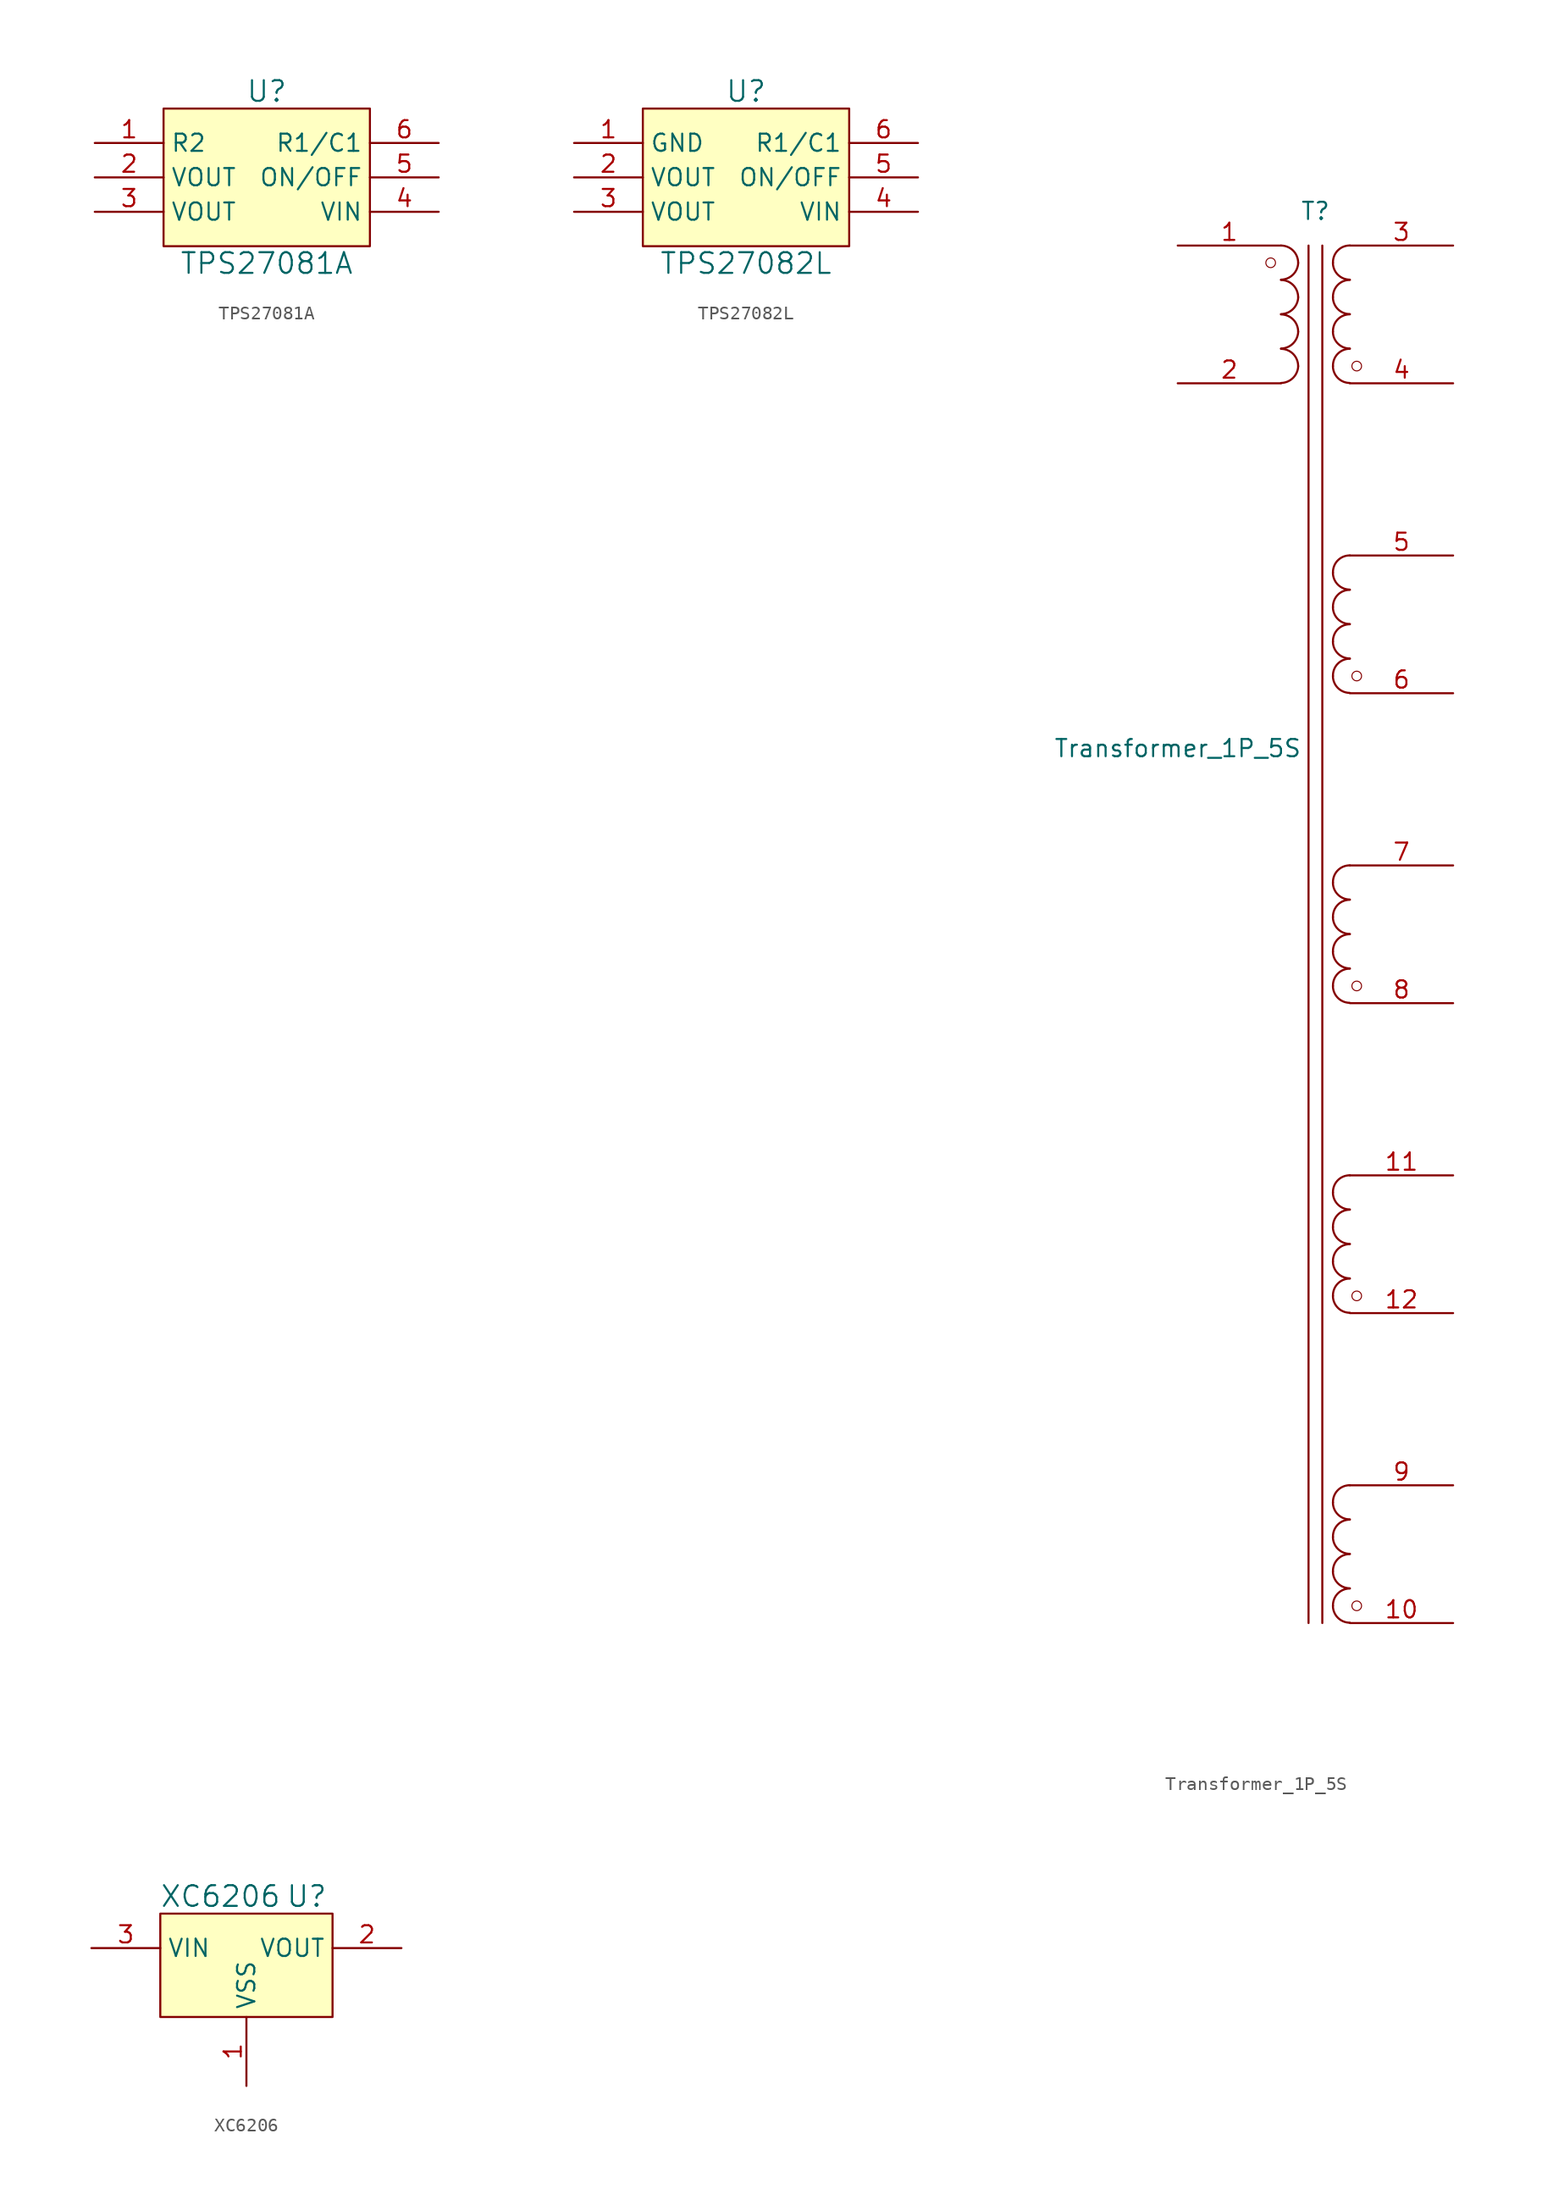
<source format=kicad_sym>
(kicad_symbol_lib
  (version 20231120)
  (generator "kicad_symbol_editor")
  (generator_version "8.0")
  (symbol "TPS27081A"
    (property "Reference" "U"
      (at 0 6.35 0)
      (effects (font (size 1.524 1.524))))
    (property "Value" "TPS27081A"
      (at 0 -6.35 0)
      (effects (font (size 1.524 1.524))))
    (property "Footprint" ""
      (at 0 0 0)
      (effects (font (size 1.524 1.524))))
    (property "Datasheet" ""
      (at 0 0 0)
      (effects (font (size 1.524 1.524))))
    (symbol "TPS27081A_0_1"
      (rectangle (start -7.62 5.08) (end 7.62 -5.08) (stroke (width 0) (type default)) (fill (type background))))
    (symbol "TPS27081A_1_1"
      (pin input line (at -12.7 2.54 0) (length 5.08) (name "R2" (effects (font (size 1.27 1.27)))) (number "1" (effects (font (size 1.27 1.27)))))
      (pin output line (at -12.7 0 0) (length 5.08) (name "VOUT" (effects (font (size 1.27 1.27)))) (number "2" (effects (font (size 1.27 1.27)))))
      (pin bidirectional line (at -12.7 -2.54 0) (length 5.08) (name "VOUT" (effects (font (size 1.27 1.27)))) (number "3" (effects (font (size 1.27 1.27)))))
      (pin input line (at 12.7 -2.54 180) (length 5.08) (name "VIN" (effects (font (size 1.27 1.27)))) (number "4" (effects (font (size 1.27 1.27)))))
      (pin input line (at 12.7 0 180) (length 5.08) (name "ON/OFF" (effects (font (size 1.27 1.27)))) (number "5" (effects (font (size 1.27 1.27)))))
      (pin input line (at 12.7 2.54 180) (length 5.08) (name "R1/C1" (effects (font (size 1.27 1.27)))) (number "6" (effects (font (size 1.27 1.27)))))))
  (symbol "TPS27082L"
    (property "Reference" "U"
      (at 0 6.35 0)
      (effects (font (size 1.524 1.524))))
    (property "Value" "TPS27082L"
      (at 0 -6.35 0)
      (effects (font (size 1.524 1.524))))
    (property "Footprint" ""
      (at 0 0 0)
      (effects (font (size 1.524 1.524))))
    (property "Datasheet" ""
      (at 0 0 0)
      (effects (font (size 1.524 1.524))))
    (symbol "TPS27082L_0_1"
      (rectangle (start -7.62 5.08) (end 7.62 -5.08) (stroke (width 0) (type default)) (fill (type background))))
    (symbol "TPS27082L_1_1"
      (pin power_in line (at -12.7 2.54 0) (length 5.08) (name "GND" (effects (font (size 1.27 1.27)))) (number "1" (effects (font (size 1.27 1.27)))))
      (pin output line (at -12.7 0 0) (length 5.08) (name "VOUT" (effects (font (size 1.27 1.27)))) (number "2" (effects (font (size 1.27 1.27)))))
      (pin output line (at -12.7 -2.54 0) (length 5.08) (name "VOUT" (effects (font (size 1.27 1.27)))) (number "3" (effects (font (size 1.27 1.27)))))
      (pin input line (at 12.7 -2.54 180) (length 5.08) (name "VIN" (effects (font (size 1.27 1.27)))) (number "4" (effects (font (size 1.27 1.27)))))
      (pin input line (at 12.7 0 180) (length 5.08) (name "ON/OFF" (effects (font (size 1.27 1.27)))) (number "5" (effects (font (size 1.27 1.27)))))
      (pin input line (at 12.7 2.54 180) (length 5.08) (name "R1/C1" (effects (font (size 1.27 1.27)))) (number "6" (effects (font (size 1.27 1.27)))))))
  (symbol "Transformer_1P_5S"
    (pin_names hide)
    (property "Reference" "T"
      (at 0 12.7 0)
      (effects (font (size 1.27 1.27))))
    (property "Value" "Transformer_1P_5S"
      (at -10.16 -26.924 0)
      (effects (font (size 1.27 1.27))))
    (symbol "Transformer_1P_5S_0_1"
      (circle (center -3.302 8.89) (radius 0.356) (stroke (width 0.076) (type default)) (fill (type none)))
      (arc (start -2.54 0.0254) (mid -1.6561 0.3937) (end -1.27 1.27) (stroke (width 0) (type default)) (fill (type none)))
      (arc (start -2.54 2.5654) (mid -1.6561 2.9337) (end -1.27 3.81) (stroke (width 0) (type default)) (fill (type none)))
      (arc (start -2.54 5.1054) (mid -1.6561 5.4737) (end -1.27 6.35) (stroke (width 0) (type default)) (fill (type none)))
      (arc (start -2.54 7.6454) (mid -1.6561 8.0137) (end -1.27 8.89) (stroke (width 0) (type default)) (fill (type none)))
      (arc (start -1.27 1.27) (mid -1.642 2.168) (end -2.54 2.54) (stroke (width 0) (type default)) (fill (type none)))
      (arc (start -1.27 3.81) (mid -1.642 4.708) (end -2.54 5.08) (stroke (width 0) (type default)) (fill (type none)))
      (arc (start -1.27 6.35) (mid -1.642 7.248) (end -2.54 7.62) (stroke (width 0) (type default)) (fill (type none)))
      (arc (start -1.27 8.89) (mid -1.642 9.788) (end -2.54 10.16) (stroke (width 0) (type default)) (fill (type none)))
      (polyline (pts (xy -0.508 -91.44) (xy -0.508 10.16)) (stroke (width 0) (type default)) (fill (type none)))
      (polyline (pts (xy 0.508 10.16) (xy 0.508 -91.44)) (stroke (width 0) (type default)) (fill (type none)))
      (arc (start 1.2954 -19.05) (mid 1.6599 -19.9301) (end 2.54 -20.2946) (stroke (width 0) (type default)) (fill (type none)))
      (arc (start 1.2954 -16.51) (mid 1.6599 -17.3901) (end 2.54 -17.7546) (stroke (width 0) (type default)) (fill (type none)))
      (arc (start 1.2954 -13.97) (mid 1.6599 -14.8501) (end 2.54 -15.2146) (stroke (width 0) (type default)) (fill (type none)))
      (arc (start 1.2954 3.81) (mid 1.6599 2.9299) (end 2.54 2.5654) (stroke (width 0) (type default)) (fill (type none)))
      (arc (start 1.2954 6.35) (mid 1.6599 5.4699) (end 2.54 5.1054) (stroke (width 0) (type default)) (fill (type none)))
      (arc (start 1.2954 8.89) (mid 1.6599 8.0099) (end 2.54 7.6454) (stroke (width 0) (type default)) (fill (type none)))
      (arc (start 2.54 -17.78) (mid 1.6456 -18.1483) (end 1.2954 -19.05) (stroke (width 0) (type default)) (fill (type none)))
      (arc (start 2.54 -15.24) (mid 1.6456 -15.6083) (end 1.2954 -16.51) (stroke (width 0) (type default)) (fill (type none)))
      (arc (start 2.54 -12.7) (mid 1.6456 -13.0683) (end 1.2954 -13.97) (stroke (width 0) (type default)) (fill (type none)))
      (arc (start 2.54 5.08) (mid 1.6456 4.7117) (end 1.2954 3.81) (stroke (width 0) (type default)) (fill (type none)))
      (arc (start 2.54 7.62) (mid 1.6456 7.2517) (end 1.2954 6.35) (stroke (width 0) (type default)) (fill (type none)))
      (arc (start 2.54 10.16) (mid 1.6456 9.7917) (end 1.2954 8.89) (stroke (width 0) (type default)) (fill (type none)))
      (circle (center 3.048 -90.17) (radius 0.356) (stroke (width 0.076) (type default)) (fill (type none)))
      (circle (center 3.048 -67.31) (radius 0.356) (stroke (width 0.076) (type default)) (fill (type none)))
      (circle (center 3.048 -44.45) (radius 0.356) (stroke (width 0.076) (type default)) (fill (type none)))
      (circle (center 3.048 -21.59) (radius 0.356) (stroke (width 0.076) (type default)) (fill (type none)))
      (circle (center 3.048 1.27) (radius 0.356) (stroke (width 0.076) (type default)) (fill (type none))))
    (symbol "Transformer_1P_5S_1_1"
      (arc (start 1.2954 -90.17) (mid 1.6599 -91.0501) (end 2.54 -91.4146) (stroke (width 0) (type default)) (fill (type none)))
      (arc (start 1.2954 -87.63) (mid 1.6599 -88.5101) (end 2.54 -88.8746) (stroke (width 0) (type default)) (fill (type none)))
      (arc (start 1.2954 -85.09) (mid 1.6599 -85.9701) (end 2.54 -86.3346) (stroke (width 0) (type default)) (fill (type none)))
      (arc (start 1.2954 -82.55) (mid 1.6599 -83.4301) (end 2.54 -83.7946) (stroke (width 0) (type default)) (fill (type none)))
      (arc (start 1.2954 -67.31) (mid 1.6599 -68.1901) (end 2.54 -68.5546) (stroke (width 0) (type default)) (fill (type none)))
      (arc (start 1.2954 -64.77) (mid 1.6599 -65.6501) (end 2.54 -66.0146) (stroke (width 0) (type default)) (fill (type none)))
      (arc (start 1.2954 -62.23) (mid 1.6599 -63.1101) (end 2.54 -63.4746) (stroke (width 0) (type default)) (fill (type none)))
      (arc (start 1.2954 -59.69) (mid 1.6599 -60.5701) (end 2.54 -60.9346) (stroke (width 0) (type default)) (fill (type none)))
      (arc (start 1.2954 -44.45) (mid 1.6599 -45.3301) (end 2.54 -45.6946) (stroke (width 0) (type default)) (fill (type none)))
      (arc (start 1.2954 -41.91) (mid 1.6599 -42.7901) (end 2.54 -43.1546) (stroke (width 0) (type default)) (fill (type none)))
      (arc (start 1.2954 -39.37) (mid 1.6599 -40.2501) (end 2.54 -40.6146) (stroke (width 0) (type default)) (fill (type none)))
      (arc (start 1.2954 -36.83) (mid 1.6599 -37.7101) (end 2.54 -38.0746) (stroke (width 0) (type default)) (fill (type none)))
      (arc (start 1.2954 -21.59) (mid 1.6599 -22.4701) (end 2.54 -22.8346) (stroke (width 0) (type default)) (fill (type none)))
      (arc (start 1.2954 1.27) (mid 1.6599 0.3899) (end 2.54 0.0254) (stroke (width 0) (type default)) (fill (type none)))
      (arc (start 2.54 -88.9) (mid 1.6456 -89.2683) (end 1.2954 -90.17) (stroke (width 0) (type default)) (fill (type none)))
      (arc (start 2.54 -86.36) (mid 1.6456 -86.7283) (end 1.2954 -87.63) (stroke (width 0) (type default)) (fill (type none)))
      (arc (start 2.54 -83.82) (mid 1.6456 -84.1883) (end 1.2954 -85.09) (stroke (width 0) (type default)) (fill (type none)))
      (arc (start 2.54 -81.28) (mid 1.6456 -81.6483) (end 1.2954 -82.55) (stroke (width 0) (type default)) (fill (type none)))
      (arc (start 2.54 -66.04) (mid 1.6456 -66.4083) (end 1.2954 -67.31) (stroke (width 0) (type default)) (fill (type none)))
      (arc (start 2.54 -63.5) (mid 1.6456 -63.8683) (end 1.2954 -64.77) (stroke (width 0) (type default)) (fill (type none)))
      (arc (start 2.54 -60.96) (mid 1.6456 -61.3283) (end 1.2954 -62.23) (stroke (width 0) (type default)) (fill (type none)))
      (arc (start 2.54 -58.42) (mid 1.6456 -58.7883) (end 1.2954 -59.69) (stroke (width 0) (type default)) (fill (type none)))
      (arc (start 2.54 -43.18) (mid 1.6456 -43.5483) (end 1.2954 -44.45) (stroke (width 0) (type default)) (fill (type none)))
      (arc (start 2.54 -40.64) (mid 1.6456 -41.0083) (end 1.2954 -41.91) (stroke (width 0) (type default)) (fill (type none)))
      (arc (start 2.54 -38.1) (mid 1.6456 -38.4683) (end 1.2954 -39.37) (stroke (width 0) (type default)) (fill (type none)))
      (arc (start 2.54 -35.56) (mid 1.6456 -35.9283) (end 1.2954 -36.83) (stroke (width 0) (type default)) (fill (type none)))
      (arc (start 2.54 -20.32) (mid 1.6456 -20.6883) (end 1.2954 -21.59) (stroke (width 0) (type default)) (fill (type none)))
      (arc (start 2.54 2.54) (mid 1.6456 2.1717) (end 1.2954 1.27) (stroke (width 0) (type default)) (fill (type none)))
      (pin passive line (at -10.16 10.16 0) (length 7.62) (name "AA" (effects (font (size 1.27 1.27)))) (number "1" (effects (font (size 1.27 1.27)))))
      (pin passive line (at 10.16 -91.44 180) (length 7.62) (name "SH" (effects (font (size 1.27 1.27)))) (number "10" (effects (font (size 1.27 1.27)))))
      (pin passive line (at 10.16 -58.42 180) (length 7.62) (name "SI" (effects (font (size 1.27 1.27)))) (number "11" (effects (font (size 1.27 1.27)))))
      (pin passive line (at 10.16 -68.58 180) (length 7.62) (name "SJ" (effects (font (size 1.27 1.27)))) (number "12" (effects (font (size 1.27 1.27)))))
      (pin passive line (at -10.16 0 0) (length 7.62) (name "AB" (effects (font (size 1.27 1.27)))) (number "2" (effects (font (size 1.27 1.27)))))
      (pin passive line (at 10.16 10.16 180) (length 7.62) (name "SA" (effects (font (size 1.27 1.27)))) (number "3" (effects (font (size 1.27 1.27)))))
      (pin passive line (at 10.16 0 180) (length 7.62) (name "SB" (effects (font (size 1.27 1.27)))) (number "4" (effects (font (size 1.27 1.27)))))
      (pin passive line (at 10.16 -12.7 180) (length 7.62) (name "SC" (effects (font (size 1.27 1.27)))) (number "5" (effects (font (size 1.27 1.27)))))
      (pin passive line (at 10.16 -22.86 180) (length 7.62) (name "SD" (effects (font (size 1.27 1.27)))) (number "6" (effects (font (size 1.27 1.27)))))
      (pin passive line (at 10.16 -35.56 180) (length 7.62) (name "SE" (effects (font (size 1.27 1.27)))) (number "7" (effects (font (size 1.27 1.27)))))
      (pin passive line (at 10.16 -45.72 180) (length 7.62) (name "SF" (effects (font (size 1.27 1.27)))) (number "8" (effects (font (size 1.27 1.27)))))
      (pin passive line (at 10.16 -81.28 180) (length 7.62) (name "SG" (effects (font (size 1.27 1.27)))) (number "9" (effects (font (size 1.27 1.27)))))))
  (symbol "XC6206"
    (property "Reference" "U"
      (at 4.445 5.08 0)
      (effects (font (size 1.524 1.524))))
    (property "Value" "XC6206"
      (at -1.905 5.08 0)
      (effects (font (size 1.524 1.524))))
    (symbol "XC6206_0_1"
      (rectangle (start -6.35 3.81) (end 6.35 -3.81) (stroke (width 0) (type default)) (fill (type background))))
    (symbol "XC6206_1_1"
      (pin input line (at 0 -8.89 90) (length 5.08) (name "VSS" (effects (font (size 1.27 1.27)))) (number "1" (effects (font (size 1.27 1.27)))))
      (pin power_out line (at 11.43 1.27 180) (length 5.08) (name "VOUT" (effects (font (size 1.27 1.27)))) (number "2" (effects (font (size 1.27 1.27)))))
      (pin input line (at -11.43 1.27 0) (length 5.08) (name "VIN" (effects (font (size 1.27 1.27)))) (number "3" (effects (font (size 1.27 1.27))))))))
</source>
